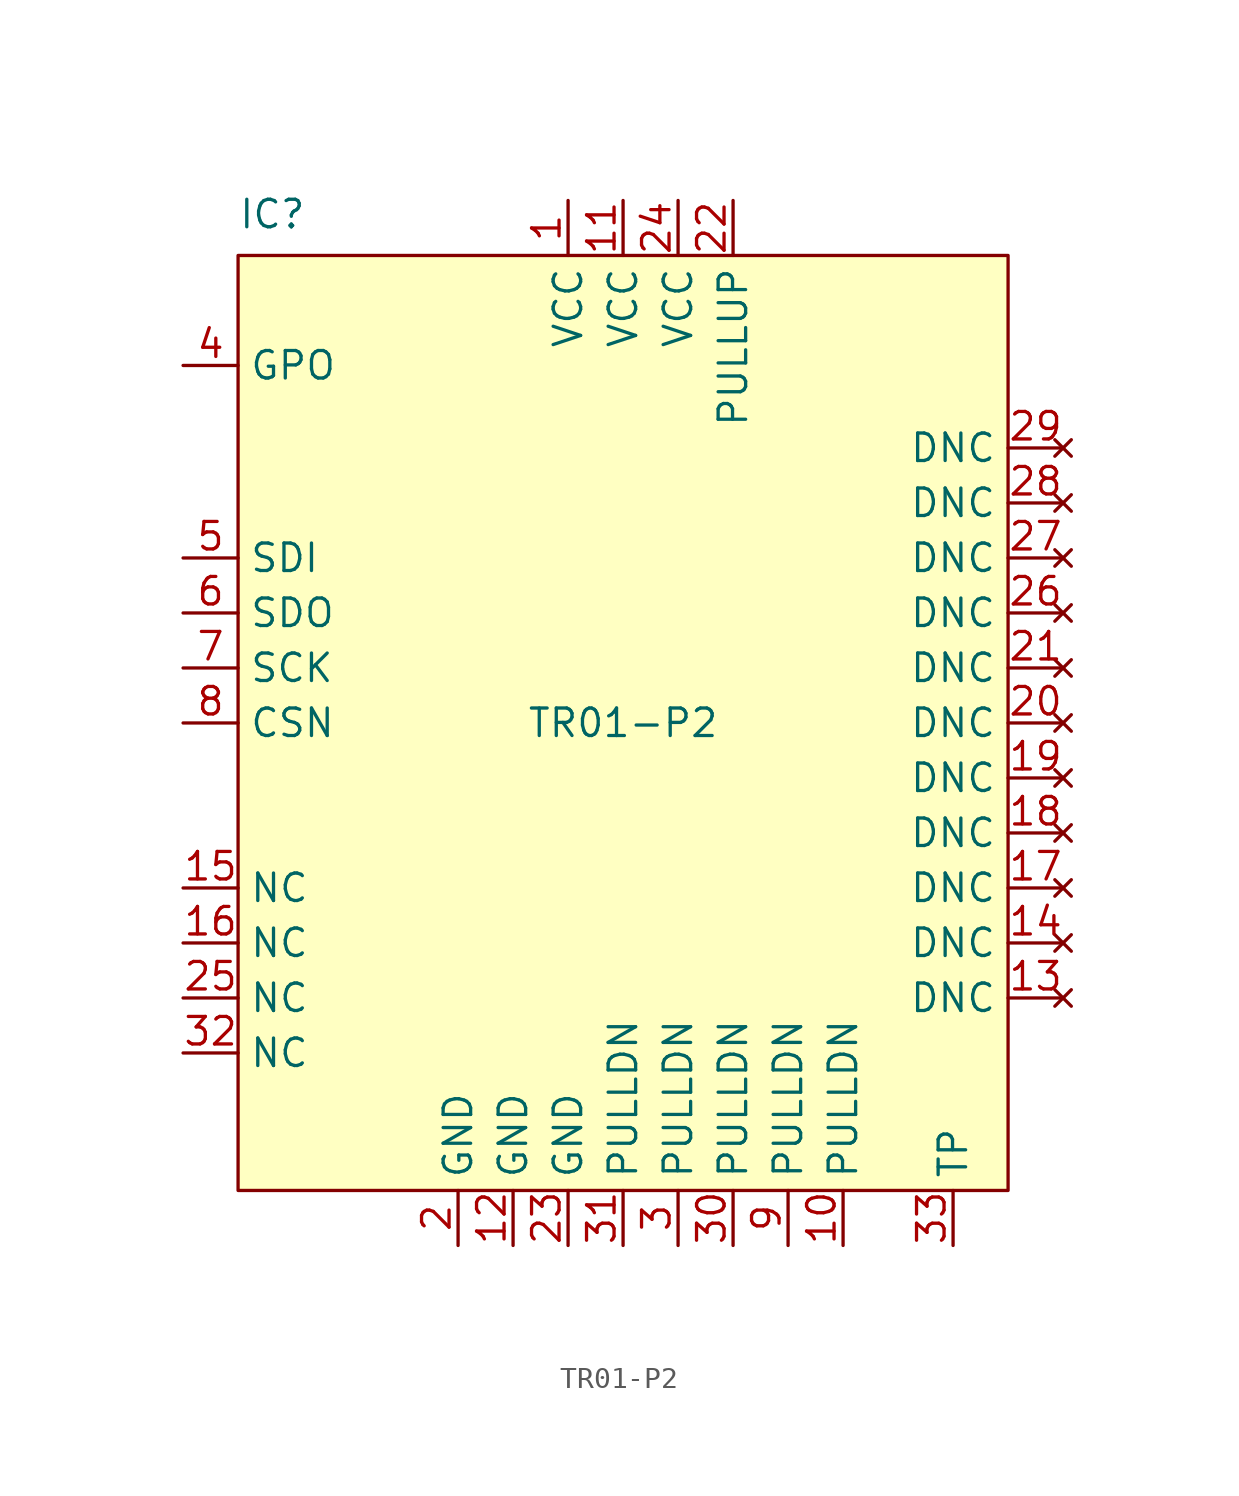
<source format=kicad_sym>
(kicad_symbol_lib
  (version 20241209)
  (generator "kicad_symbol_editor")
  (generator_version "9.0")
  (symbol "TR01-P2"
    (property "Reference" "IC"
      (at -17.78 23.495 0)
      (effects (font (size 1.27 1.27)) (justify left)))
    (property "Value" "TR01-P2"
      (at 0 0 0)
      (effects (font (size 1.27 1.27))))
    (symbol "TR01-P2_0_1"
      (rectangle (start -17.78 21.59) (end 17.78 -21.59) (stroke (width 0.152) (type default)) (fill (type background))))
    (symbol "TR01-P2_1_1"
      (pin output line (at -20.32 16.51 0) (length 2.54) (name "GPO" (effects (font (size 1.27 1.27)))) (number "4" (effects (font (size 1.27 1.27)))))
      (pin input line (at -20.32 7.62 0) (length 2.54) (name "SDI" (effects (font (size 1.27 1.27)))) (number "5" (effects (font (size 1.27 1.27)))))
      (pin output line (at -20.32 5.08 0) (length 2.54) (name "SDO" (effects (font (size 1.27 1.27)))) (number "6" (effects (font (size 1.27 1.27)))))
      (pin input line (at -20.32 2.54 0) (length 2.54) (name "SCK" (effects (font (size 1.27 1.27)))) (number "7" (effects (font (size 1.27 1.27)))))
      (pin input line (at -20.32 0 0) (length 2.54) (name "CSN" (effects (font (size 1.27 1.27)))) (number "8" (effects (font (size 1.27 1.27)))))
      (pin free line (at -20.32 -7.62 0) (length 2.54) (name "NC" (effects (font (size 1.27 1.27)))) (number "15" (effects (font (size 1.27 1.27)))))
      (pin free line (at -20.32 -10.16 0) (length 2.54) (name "NC" (effects (font (size 1.27 1.27)))) (number "16" (effects (font (size 1.27 1.27)))))
      (pin free line (at -20.32 -12.7 0) (length 2.54) (name "NC" (effects (font (size 1.27 1.27)))) (number "25" (effects (font (size 1.27 1.27)))))
      (pin free line (at -20.32 -15.24 0) (length 2.54) (name "NC" (effects (font (size 1.27 1.27)))) (number "32" (effects (font (size 1.27 1.27)))))
      (pin power_in line (at -7.62 -24.13 90) (length 2.54) (name "GND" (effects (font (size 1.27 1.27)))) (number "2" (effects (font (size 1.27 1.27)))))
      (pin power_in line (at -5.08 -24.13 90) (length 2.54) (name "GND" (effects (font (size 1.27 1.27)))) (number "12" (effects (font (size 1.27 1.27)))))
      (pin power_in line (at -2.54 24.13 270) (length 2.54) (name "VCC" (effects (font (size 1.27 1.27)))) (number "1" (effects (font (size 1.27 1.27)))))
      (pin power_in line (at -2.54 -24.13 90) (length 2.54) (name "GND" (effects (font (size 1.27 1.27)))) (number "23" (effects (font (size 1.27 1.27)))))
      (pin power_in line (at 0 24.13 270) (length 2.54) (name "VCC" (effects (font (size 1.27 1.27)))) (number "11" (effects (font (size 1.27 1.27)))))
      (pin input line (at 0 -24.13 90) (length 2.54) (name "PULLDN" (effects (font (size 1.27 1.27)))) (number "31" (effects (font (size 1.27 1.27)))))
      (pin power_in line (at 2.54 24.13 270) (length 2.54) (name "VCC" (effects (font (size 1.27 1.27)))) (number "24" (effects (font (size 1.27 1.27)))))
      (pin input line (at 2.54 -24.13 90) (length 2.54) (name "PULLDN" (effects (font (size 1.27 1.27)))) (number "3" (effects (font (size 1.27 1.27)))))
      (pin input line (at 5.08 24.13 270) (length 2.54) (name "PULLUP" (effects (font (size 1.27 1.27)))) (number "22" (effects (font (size 1.27 1.27)))))
      (pin input line (at 5.08 -24.13 90) (length 2.54) (name "PULLDN" (effects (font (size 1.27 1.27)))) (number "30" (effects (font (size 1.27 1.27)))))
      (pin input line (at 7.62 -24.13 90) (length 2.54) (name "PULLDN" (effects (font (size 1.27 1.27)))) (number "9" (effects (font (size 1.27 1.27)))))
      (pin input line (at 10.16 -24.13 90) (length 2.54) (name "PULLDN" (effects (font (size 1.27 1.27)))) (number "10" (effects (font (size 1.27 1.27)))))
      (pin passive line (at 15.24 -24.13 90) (length 2.54) (name "TP" (effects (font (size 1.27 1.27)))) (number "33" (effects (font (size 1.27 1.27)))))
      (pin no_connect line (at 20.32 12.7 180) (length 2.54) (name "DNC" (effects (font (size 1.27 1.27)))) (number "29" (effects (font (size 1.27 1.27)))))
      (pin no_connect line (at 20.32 10.16 180) (length 2.54) (name "DNC" (effects (font (size 1.27 1.27)))) (number "28" (effects (font (size 1.27 1.27)))))
      (pin no_connect line (at 20.32 7.62 180) (length 2.54) (name "DNC" (effects (font (size 1.27 1.27)))) (number "27" (effects (font (size 1.27 1.27)))))
      (pin no_connect line (at 20.32 5.08 180) (length 2.54) (name "DNC" (effects (font (size 1.27 1.27)))) (number "26" (effects (font (size 1.27 1.27)))))
      (pin no_connect line (at 20.32 2.54 180) (length 2.54) (name "DNC" (effects (font (size 1.27 1.27)))) (number "21" (effects (font (size 1.27 1.27)))))
      (pin no_connect line (at 20.32 0 180) (length 2.54) (name "DNC" (effects (font (size 1.27 1.27)))) (number "20" (effects (font (size 1.27 1.27)))))
      (pin no_connect line (at 20.32 -2.54 180) (length 2.54) (name "DNC" (effects (font (size 1.27 1.27)))) (number "19" (effects (font (size 1.27 1.27)))))
      (pin no_connect line (at 20.32 -5.08 180) (length 2.54) (name "DNC" (effects (font (size 1.27 1.27)))) (number "18" (effects (font (size 1.27 1.27)))))
      (pin no_connect line (at 20.32 -7.62 180) (length 2.54) (name "DNC" (effects (font (size 1.27 1.27)))) (number "17" (effects (font (size 1.27 1.27)))))
      (pin no_connect line (at 20.32 -10.16 180) (length 2.54) (name "DNC" (effects (font (size 1.27 1.27)))) (number "14" (effects (font (size 1.27 1.27)))))
      (pin no_connect line (at 20.32 -12.7 180) (length 2.54) (name "DNC" (effects (font (size 1.27 1.27)))) (number "13" (effects (font (size 1.27 1.27))))))))
</source>
